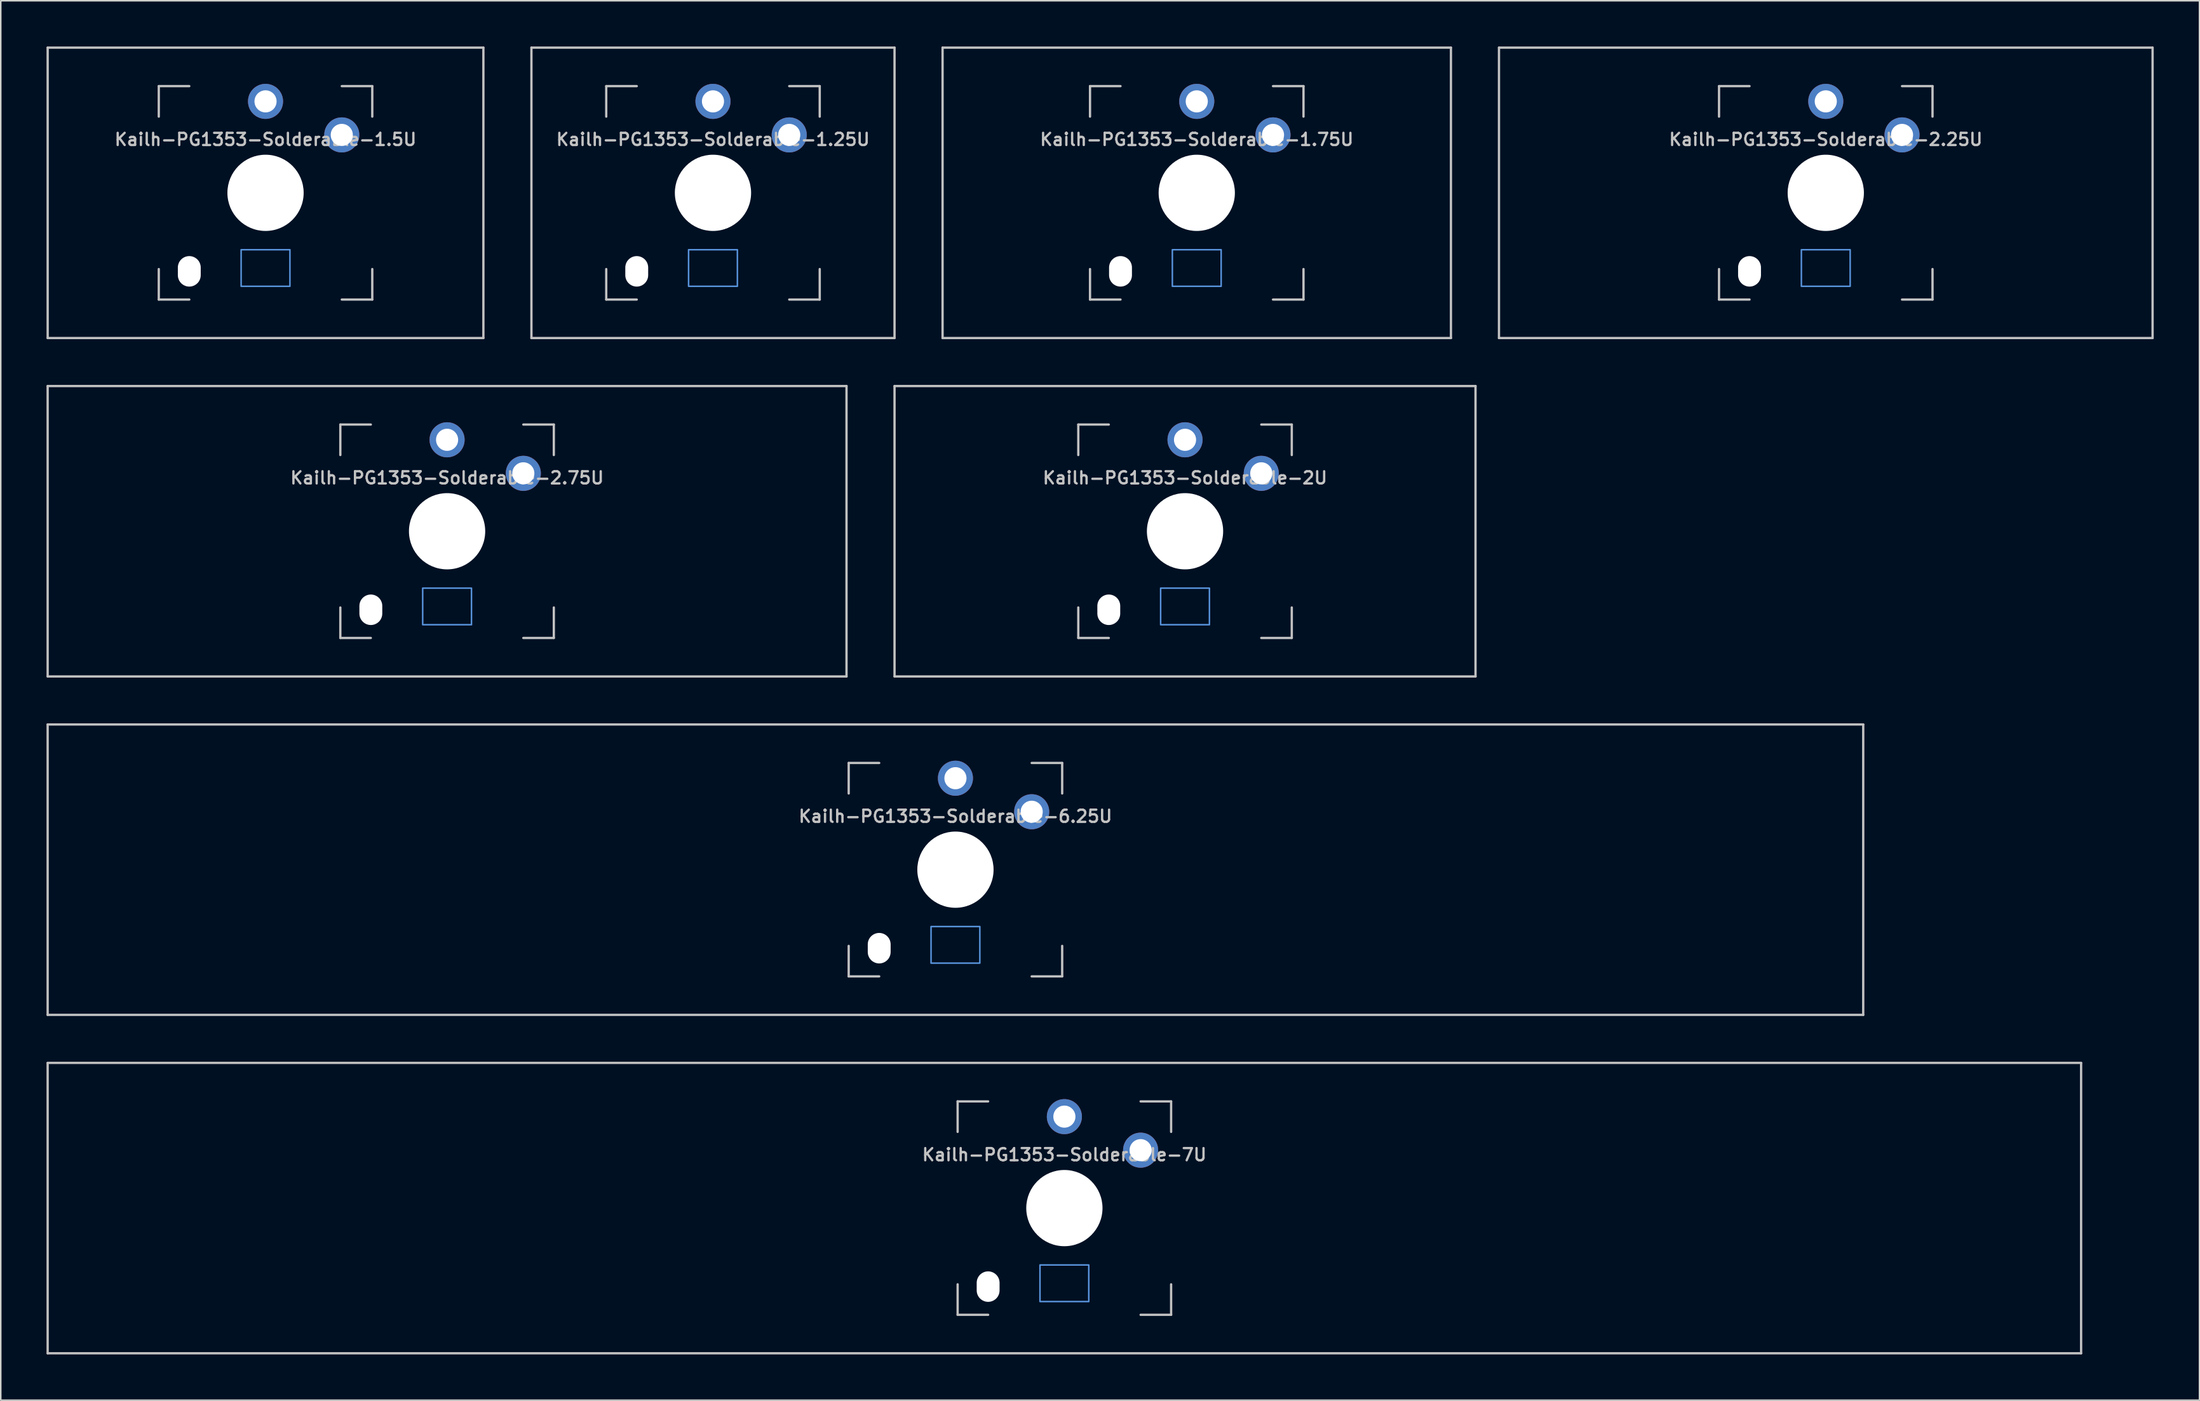
<source format=kicad_pcb>
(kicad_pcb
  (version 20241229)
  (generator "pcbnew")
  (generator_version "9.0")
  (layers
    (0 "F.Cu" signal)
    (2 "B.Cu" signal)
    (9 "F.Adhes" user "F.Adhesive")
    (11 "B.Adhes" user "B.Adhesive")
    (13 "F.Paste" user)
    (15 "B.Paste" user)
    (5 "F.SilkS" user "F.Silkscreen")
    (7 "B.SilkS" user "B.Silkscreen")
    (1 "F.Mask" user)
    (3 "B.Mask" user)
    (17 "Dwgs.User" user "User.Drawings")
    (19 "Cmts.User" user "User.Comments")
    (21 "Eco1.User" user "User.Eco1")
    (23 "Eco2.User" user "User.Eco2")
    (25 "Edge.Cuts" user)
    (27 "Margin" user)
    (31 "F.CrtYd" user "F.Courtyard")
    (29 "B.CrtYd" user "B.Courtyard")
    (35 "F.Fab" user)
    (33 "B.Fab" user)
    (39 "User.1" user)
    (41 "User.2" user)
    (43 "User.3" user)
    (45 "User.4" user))
  (footprint "Kailh-PG1353-Solderable-1.5U"
    (layer "F.Cu")
    (at 14.363 9.6)
    (property "Reference" "Kailh-PG1353-Solderable-1.5U" (at 0 -3.5 0) (layer "Dwgs.User") (effects (font (size 0.8 0.8) (thickness 0.15))))
    (attr through_hole)
    (fp_line (start -14.287 9.525) (end -14.287 -9.525) (stroke (width 0.15) (type solid)) (layer "Dwgs.User"))
    (fp_line (start -7 -7) (end -7 -5) (stroke (width 0.15) (type solid)) (layer "Dwgs.User"))
    (fp_line (start -7 5) (end -7 7) (stroke (width 0.15) (type solid)) (layer "Dwgs.User"))
    (fp_line (start -7 7) (end -5 7) (stroke (width 0.15) (type solid)) (layer "Dwgs.User"))
    (fp_line (start -5 -7) (end -7 -7) (stroke (width 0.15) (type solid)) (layer "Dwgs.User"))
    (fp_line (start 5 -7) (end 7 -7) (stroke (width 0.15) (type solid)) (layer "Dwgs.User"))
    (fp_line (start 5 7) (end 7 7) (stroke (width 0.15) (type solid)) (layer "Dwgs.User"))
    (fp_line (start 7 -7) (end 7 -5) (stroke (width 0.15) (type solid)) (layer "Dwgs.User"))
    (fp_line (start 7 7) (end 7 5) (stroke (width 0.15) (type solid)) (layer "Dwgs.User"))
    (fp_line (start 14.287 -9.525) (end -14.287 -9.525) (stroke (width 0.15) (type solid)) (layer "Dwgs.User"))
    (fp_line (start 14.287 9.525) (end -14.287 9.525) (stroke (width 0.15) (type solid)) (layer "Dwgs.User"))
    (fp_line (start 14.287 9.525) (end 14.287 -9.525) (stroke (width 0.15) (type solid)) (layer "Dwgs.User"))
    (fp_rect (start -1.6 3.73) (end 1.6 6.13) (stroke (width 0.1) (type default)) (fill no) (layer "Cmts.User"))
    (pad "" np_thru_hole oval (at -5 5.15 180) (size 1.5 2) (drill oval 1.5 2) (layers "*.Cu" "*.Mask"))
    (pad "" np_thru_hole circle (at 0 0 180) (size 5 5) (drill 5.1) (layers "*.Cu" "*.Mask"))
    (pad "1" thru_hole circle (at 5 -3.8 180) (size 2.3 2.3) (drill 1.45) (layers "*.Cu" "B.Mask"))
    (pad "2" thru_hole circle (at 0 -6 180) (size 2.3 2.3) (drill 1.45) (layers "*.Cu" "B.Mask")))
  (footprint "Kailh-PG1353-Solderable-1.25U"
    (layer "F.Cu")
    (at 43.706 9.6)
    (property "Reference" "Kailh-PG1353-Solderable-1.25U" (at 0 -3.5 0) (layer "Dwgs.User") (effects (font (size 0.8 0.8) (thickness 0.15))))
    (attr through_hole)
    (fp_line (start -11.906 9.525) (end -11.906 -9.525) (stroke (width 0.15) (type solid)) (layer "Dwgs.User"))
    (fp_line (start -7 -7) (end -7 -5) (stroke (width 0.15) (type solid)) (layer "Dwgs.User"))
    (fp_line (start -7 5) (end -7 7) (stroke (width 0.15) (type solid)) (layer "Dwgs.User"))
    (fp_line (start -7 7) (end -5 7) (stroke (width 0.15) (type solid)) (layer "Dwgs.User"))
    (fp_line (start -5 -7) (end -7 -7) (stroke (width 0.15) (type solid)) (layer "Dwgs.User"))
    (fp_line (start 5 -7) (end 7 -7) (stroke (width 0.15) (type solid)) (layer "Dwgs.User"))
    (fp_line (start 5 7) (end 7 7) (stroke (width 0.15) (type solid)) (layer "Dwgs.User"))
    (fp_line (start 7 -7) (end 7 -5) (stroke (width 0.15) (type solid)) (layer "Dwgs.User"))
    (fp_line (start 7 7) (end 7 5) (stroke (width 0.15) (type solid)) (layer "Dwgs.User"))
    (fp_line (start 11.906 -9.525) (end -11.906 -9.525) (stroke (width 0.15) (type solid)) (layer "Dwgs.User"))
    (fp_line (start 11.906 9.525) (end -11.906 9.525) (stroke (width 0.15) (type solid)) (layer "Dwgs.User"))
    (fp_line (start 11.906 9.525) (end 11.906 -9.525) (stroke (width 0.15) (type solid)) (layer "Dwgs.User"))
    (fp_rect (start -1.6 3.73) (end 1.6 6.13) (stroke (width 0.1) (type default)) (fill no) (layer "Cmts.User"))
    (pad "" np_thru_hole oval (at -5 5.15 180) (size 1.5 2) (drill oval 1.5 2) (layers "*.Cu" "*.Mask"))
    (pad "" np_thru_hole circle (at 0 0 180) (size 5 5) (drill 5.1) (layers "*.Cu" "*.Mask"))
    (pad "1" thru_hole circle (at 5 -3.8 180) (size 2.3 2.3) (drill 1.45) (layers "*.Cu" "B.Mask"))
    (pad "2" thru_hole circle (at 0 -6 180) (size 2.3 2.3) (drill 1.45) (layers "*.Cu" "B.Mask")))
  (footprint "Kailh-PG1353-Solderable-2.75U"
    (layer "F.Cu")
    (at 26.269 31.8)
    (property "Reference" "Kailh-PG1353-Solderable-2.75U" (at 0 -3.5 0) (layer "Dwgs.User") (effects (font (size 0.8 0.8) (thickness 0.15))))
    (attr through_hole)
    (fp_line (start -26.194 9.525) (end -26.194 -9.525) (stroke (width 0.15) (type solid)) (layer "Dwgs.User"))
    (fp_line (start -7 -7) (end -7 -5) (stroke (width 0.15) (type solid)) (layer "Dwgs.User"))
    (fp_line (start -7 5) (end -7 7) (stroke (width 0.15) (type solid)) (layer "Dwgs.User"))
    (fp_line (start -7 7) (end -5 7) (stroke (width 0.15) (type solid)) (layer "Dwgs.User"))
    (fp_line (start -5 -7) (end -7 -7) (stroke (width 0.15) (type solid)) (layer "Dwgs.User"))
    (fp_line (start 5 -7) (end 7 -7) (stroke (width 0.15) (type solid)) (layer "Dwgs.User"))
    (fp_line (start 5 7) (end 7 7) (stroke (width 0.15) (type solid)) (layer "Dwgs.User"))
    (fp_line (start 7 -7) (end 7 -5) (stroke (width 0.15) (type solid)) (layer "Dwgs.User"))
    (fp_line (start 7 7) (end 7 5) (stroke (width 0.15) (type solid)) (layer "Dwgs.User"))
    (fp_line (start 26.194 -9.525) (end -26.194 -9.525) (stroke (width 0.15) (type solid)) (layer "Dwgs.User"))
    (fp_line (start 26.194 9.525) (end -26.194 9.525) (stroke (width 0.15) (type solid)) (layer "Dwgs.User"))
    (fp_line (start 26.194 9.525) (end 26.194 -9.525) (stroke (width 0.15) (type solid)) (layer "Dwgs.User"))
    (fp_rect (start -1.6 3.73) (end 1.6 6.13) (stroke (width 0.1) (type default)) (fill no) (layer "Cmts.User"))
    (pad "" np_thru_hole oval (at -5 5.15 180) (size 1.5 2) (drill oval 1.5 2) (layers "*.Cu" "*.Mask"))
    (pad "" np_thru_hole circle (at 0 0 180) (size 5 5) (drill 5.1) (layers "*.Cu" "*.Mask"))
    (pad "1" thru_hole circle (at 5 -3.8 180) (size 2.3 2.3) (drill 1.45) (layers "*.Cu" "B.Mask"))
    (pad "2" thru_hole circle (at 0 -6 180) (size 2.3 2.3) (drill 1.45) (layers "*.Cu" "B.Mask")))
  (footprint "Kailh-PG1353-Solderable-1.75U"
    (layer "F.Cu")
    (at 75.431 9.6)
    (property "Reference" "Kailh-PG1353-Solderable-1.75U" (at 0 -3.5 0) (layer "Dwgs.User") (effects (font (size 0.8 0.8) (thickness 0.15))))
    (attr through_hole)
    (fp_line (start -16.669 9.525) (end -16.669 -9.525) (stroke (width 0.15) (type solid)) (layer "Dwgs.User"))
    (fp_line (start -7 -7) (end -7 -5) (stroke (width 0.15) (type solid)) (layer "Dwgs.User"))
    (fp_line (start -7 5) (end -7 7) (stroke (width 0.15) (type solid)) (layer "Dwgs.User"))
    (fp_line (start -7 7) (end -5 7) (stroke (width 0.15) (type solid)) (layer "Dwgs.User"))
    (fp_line (start -5 -7) (end -7 -7) (stroke (width 0.15) (type solid)) (layer "Dwgs.User"))
    (fp_line (start 5 -7) (end 7 -7) (stroke (width 0.15) (type solid)) (layer "Dwgs.User"))
    (fp_line (start 5 7) (end 7 7) (stroke (width 0.15) (type solid)) (layer "Dwgs.User"))
    (fp_line (start 7 -7) (end 7 -5) (stroke (width 0.15) (type solid)) (layer "Dwgs.User"))
    (fp_line (start 7 7) (end 7 5) (stroke (width 0.15) (type solid)) (layer "Dwgs.User"))
    (fp_line (start 16.669 -9.525) (end -16.669 -9.525) (stroke (width 0.15) (type solid)) (layer "Dwgs.User"))
    (fp_line (start 16.669 9.525) (end -16.669 9.525) (stroke (width 0.15) (type solid)) (layer "Dwgs.User"))
    (fp_line (start 16.669 9.525) (end 16.669 -9.525) (stroke (width 0.15) (type solid)) (layer "Dwgs.User"))
    (fp_rect (start -1.6 3.73) (end 1.6 6.13) (stroke (width 0.1) (type default)) (fill no) (layer "Cmts.User"))
    (pad "" np_thru_hole oval (at -5 5.15 180) (size 1.5 2) (drill oval 1.5 2) (layers "*.Cu" "*.Mask"))
    (pad "" np_thru_hole circle (at 0 0 180) (size 5 5) (drill 5.1) (layers "*.Cu" "*.Mask"))
    (pad "1" thru_hole circle (at 5 -3.8 180) (size 2.3 2.3) (drill 1.45) (layers "*.Cu" "B.Mask"))
    (pad "2" thru_hole circle (at 0 -6 180) (size 2.3 2.3) (drill 1.45) (layers "*.Cu" "B.Mask")))
  (footprint "Kailh-PG1353-Solderable-7U"
    (layer "F.Cu")
    (at 66.75 76.2)
    (property "Reference" "Kailh-PG1353-Solderable-7U" (at 0 -3.5 0) (layer "Dwgs.User") (effects (font (size 0.8 0.8) (thickness 0.15))))
    (attr through_hole)
    (fp_line (start -66.675 9.525) (end -66.675 -9.525) (stroke (width 0.15) (type solid)) (layer "Dwgs.User"))
    (fp_line (start -7 -7) (end -7 -5) (stroke (width 0.15) (type solid)) (layer "Dwgs.User"))
    (fp_line (start -7 5) (end -7 7) (stroke (width 0.15) (type solid)) (layer "Dwgs.User"))
    (fp_line (start -7 7) (end -5 7) (stroke (width 0.15) (type solid)) (layer "Dwgs.User"))
    (fp_line (start -5 -7) (end -7 -7) (stroke (width 0.15) (type solid)) (layer "Dwgs.User"))
    (fp_line (start 5 -7) (end 7 -7) (stroke (width 0.15) (type solid)) (layer "Dwgs.User"))
    (fp_line (start 5 7) (end 7 7) (stroke (width 0.15) (type solid)) (layer "Dwgs.User"))
    (fp_line (start 7 -7) (end 7 -5) (stroke (width 0.15) (type solid)) (layer "Dwgs.User"))
    (fp_line (start 7 7) (end 7 5) (stroke (width 0.15) (type solid)) (layer "Dwgs.User"))
    (fp_line (start 66.675 -9.525) (end -66.675 -9.525) (stroke (width 0.15) (type solid)) (layer "Dwgs.User"))
    (fp_line (start 66.675 9.525) (end -66.675 9.525) (stroke (width 0.15) (type solid)) (layer "Dwgs.User"))
    (fp_line (start 66.675 9.525) (end 66.675 -9.525) (stroke (width 0.15) (type solid)) (layer "Dwgs.User"))
    (fp_rect (start -1.6 3.73) (end 1.6 6.13) (stroke (width 0.1) (type default)) (fill no) (layer "Cmts.User"))
    (pad "" np_thru_hole oval (at -5 5.15 180) (size 1.5 2) (drill oval 1.5 2) (layers "*.Cu" "*.Mask"))
    (pad "" np_thru_hole circle (at 0 0 180) (size 5 5) (drill 5.1) (layers "*.Cu" "*.Mask"))
    (pad "1" thru_hole circle (at 5 -3.8 180) (size 2.3 2.3) (drill 1.45) (layers "*.Cu" "B.Mask"))
    (pad "2" thru_hole circle (at 0 -6 180) (size 2.3 2.3) (drill 1.45) (layers "*.Cu" "B.Mask")))
  (footprint "Kailh-PG1353-Solderable-6.25U"
    (layer "F.Cu")
    (at 59.606 54)
    (property "Reference" "Kailh-PG1353-Solderable-6.25U" (at 0 -3.5 0) (layer "Dwgs.User") (effects (font (size 0.8 0.8) (thickness 0.15))))
    (attr through_hole)
    (fp_line (start -59.531 9.525) (end -59.531 -9.525) (stroke (width 0.15) (type solid)) (layer "Dwgs.User"))
    (fp_line (start -7 -7) (end -7 -5) (stroke (width 0.15) (type solid)) (layer "Dwgs.User"))
    (fp_line (start -7 5) (end -7 7) (stroke (width 0.15) (type solid)) (layer "Dwgs.User"))
    (fp_line (start -7 7) (end -5 7) (stroke (width 0.15) (type solid)) (layer "Dwgs.User"))
    (fp_line (start -5 -7) (end -7 -7) (stroke (width 0.15) (type solid)) (layer "Dwgs.User"))
    (fp_line (start 5 -7) (end 7 -7) (stroke (width 0.15) (type solid)) (layer "Dwgs.User"))
    (fp_line (start 5 7) (end 7 7) (stroke (width 0.15) (type solid)) (layer "Dwgs.User"))
    (fp_line (start 7 -7) (end 7 -5) (stroke (width 0.15) (type solid)) (layer "Dwgs.User"))
    (fp_line (start 7 7) (end 7 5) (stroke (width 0.15) (type solid)) (layer "Dwgs.User"))
    (fp_line (start 59.531 -9.525) (end -59.531 -9.525) (stroke (width 0.15) (type solid)) (layer "Dwgs.User"))
    (fp_line (start 59.531 9.525) (end -59.531 9.525) (stroke (width 0.15) (type solid)) (layer "Dwgs.User"))
    (fp_line (start 59.531 9.525) (end 59.531 -9.525) (stroke (width 0.15) (type solid)) (layer "Dwgs.User"))
    (fp_rect (start -1.6 3.73) (end 1.6 6.13) (stroke (width 0.1) (type default)) (fill no) (layer "Cmts.User"))
    (pad "" np_thru_hole oval (at -5 5.15 180) (size 1.5 2) (drill oval 1.5 2) (layers "*.Cu" "*.Mask"))
    (pad "" np_thru_hole circle (at 0 0 180) (size 5 5) (drill 5.1) (layers "*.Cu" "*.Mask"))
    (pad "1" thru_hole circle (at 5 -3.8 180) (size 2.3 2.3) (drill 1.45) (layers "*.Cu" "B.Mask"))
    (pad "2" thru_hole circle (at 0 -6 180) (size 2.3 2.3) (drill 1.45) (layers "*.Cu" "B.Mask")))
  (footprint "Kailh-PG1353-Solderable-2.25U"
    (layer "F.Cu")
    (at 116.681 9.6)
    (property "Reference" "Kailh-PG1353-Solderable-2.25U" (at 0 -3.5 0) (layer "Dwgs.User") (effects (font (size 0.8 0.8) (thickness 0.15))))
    (attr through_hole)
    (fp_line (start -21.431 9.525) (end -21.431 -9.525) (stroke (width 0.15) (type solid)) (layer "Dwgs.User"))
    (fp_line (start -7 -7) (end -7 -5) (stroke (width 0.15) (type solid)) (layer "Dwgs.User"))
    (fp_line (start -7 5) (end -7 7) (stroke (width 0.15) (type solid)) (layer "Dwgs.User"))
    (fp_line (start -7 7) (end -5 7) (stroke (width 0.15) (type solid)) (layer "Dwgs.User"))
    (fp_line (start -5 -7) (end -7 -7) (stroke (width 0.15) (type solid)) (layer "Dwgs.User"))
    (fp_line (start 5 -7) (end 7 -7) (stroke (width 0.15) (type solid)) (layer "Dwgs.User"))
    (fp_line (start 5 7) (end 7 7) (stroke (width 0.15) (type solid)) (layer "Dwgs.User"))
    (fp_line (start 7 -7) (end 7 -5) (stroke (width 0.15) (type solid)) (layer "Dwgs.User"))
    (fp_line (start 7 7) (end 7 5) (stroke (width 0.15) (type solid)) (layer "Dwgs.User"))
    (fp_line (start 21.431 -9.525) (end -21.431 -9.525) (stroke (width 0.15) (type solid)) (layer "Dwgs.User"))
    (fp_line (start 21.431 9.525) (end -21.431 9.525) (stroke (width 0.15) (type solid)) (layer "Dwgs.User"))
    (fp_line (start 21.431 9.525) (end 21.431 -9.525) (stroke (width 0.15) (type solid)) (layer "Dwgs.User"))
    (fp_rect (start -1.6 3.73) (end 1.6 6.13) (stroke (width 0.1) (type default)) (fill no) (layer "Cmts.User"))
    (pad "" np_thru_hole oval (at -5 5.15 180) (size 1.5 2) (drill oval 1.5 2) (layers "*.Cu" "*.Mask"))
    (pad "" np_thru_hole circle (at 0 0 180) (size 5 5) (drill 5.1) (layers "*.Cu" "*.Mask"))
    (pad "1" thru_hole circle (at 5 -3.8 180) (size 2.3 2.3) (drill 1.45) (layers "*.Cu" "B.Mask"))
    (pad "2" thru_hole circle (at 0 -6 180) (size 2.3 2.3) (drill 1.45) (layers "*.Cu" "B.Mask")))
  (footprint "Kailh-PG1353-Solderable-2U"
    (layer "F.Cu")
    (at 74.662 31.8)
    (property "Reference" "Kailh-PG1353-Solderable-2U" (at 0 -3.5 0) (layer "Dwgs.User") (effects (font (size 0.8 0.8) (thickness 0.15))))
    (attr through_hole)
    (fp_line (start -19.05 9.525) (end -19.05 -9.525) (stroke (width 0.15) (type solid)) (layer "Dwgs.User"))
    (fp_line (start -7 -7) (end -7 -5) (stroke (width 0.15) (type solid)) (layer "Dwgs.User"))
    (fp_line (start -7 5) (end -7 7) (stroke (width 0.15) (type solid)) (layer "Dwgs.User"))
    (fp_line (start -7 7) (end -5 7) (stroke (width 0.15) (type solid)) (layer "Dwgs.User"))
    (fp_line (start -5 -7) (end -7 -7) (stroke (width 0.15) (type solid)) (layer "Dwgs.User"))
    (fp_line (start 5 -7) (end 7 -7) (stroke (width 0.15) (type solid)) (layer "Dwgs.User"))
    (fp_line (start 5 7) (end 7 7) (stroke (width 0.15) (type solid)) (layer "Dwgs.User"))
    (fp_line (start 7 -7) (end 7 -5) (stroke (width 0.15) (type solid)) (layer "Dwgs.User"))
    (fp_line (start 7 7) (end 7 5) (stroke (width 0.15) (type solid)) (layer "Dwgs.User"))
    (fp_line (start 19.05 -9.525) (end -19.05 -9.525) (stroke (width 0.15) (type solid)) (layer "Dwgs.User"))
    (fp_line (start 19.05 9.525) (end -19.05 9.525) (stroke (width 0.15) (type solid)) (layer "Dwgs.User"))
    (fp_line (start 19.05 9.525) (end 19.05 -9.525) (stroke (width 0.15) (type solid)) (layer "Dwgs.User"))
    (fp_rect (start -1.6 3.73) (end 1.6 6.13) (stroke (width 0.1) (type default)) (fill no) (layer "Cmts.User"))
    (pad "" np_thru_hole oval (at -5 5.15 180) (size 1.5 2) (drill oval 1.5 2) (layers "*.Cu" "*.Mask"))
    (pad "" np_thru_hole circle (at 0 0 180) (size 5 5) (drill 5.1) (layers "*.Cu" "*.Mask"))
    (pad "1" thru_hole circle (at 5 -3.8 180) (size 2.3 2.3) (drill 1.45) (layers "*.Cu" "B.Mask"))
    (pad "2" thru_hole circle (at 0 -6 180) (size 2.3 2.3) (drill 1.45) (layers "*.Cu" "B.Mask")))
  (gr_rect
    (start -3 -3)
    (end 141.188 88.8)
    (stroke (width 0.1) (type default))
    (fill no)
    (layer "Edge.Cuts")))
</source>
